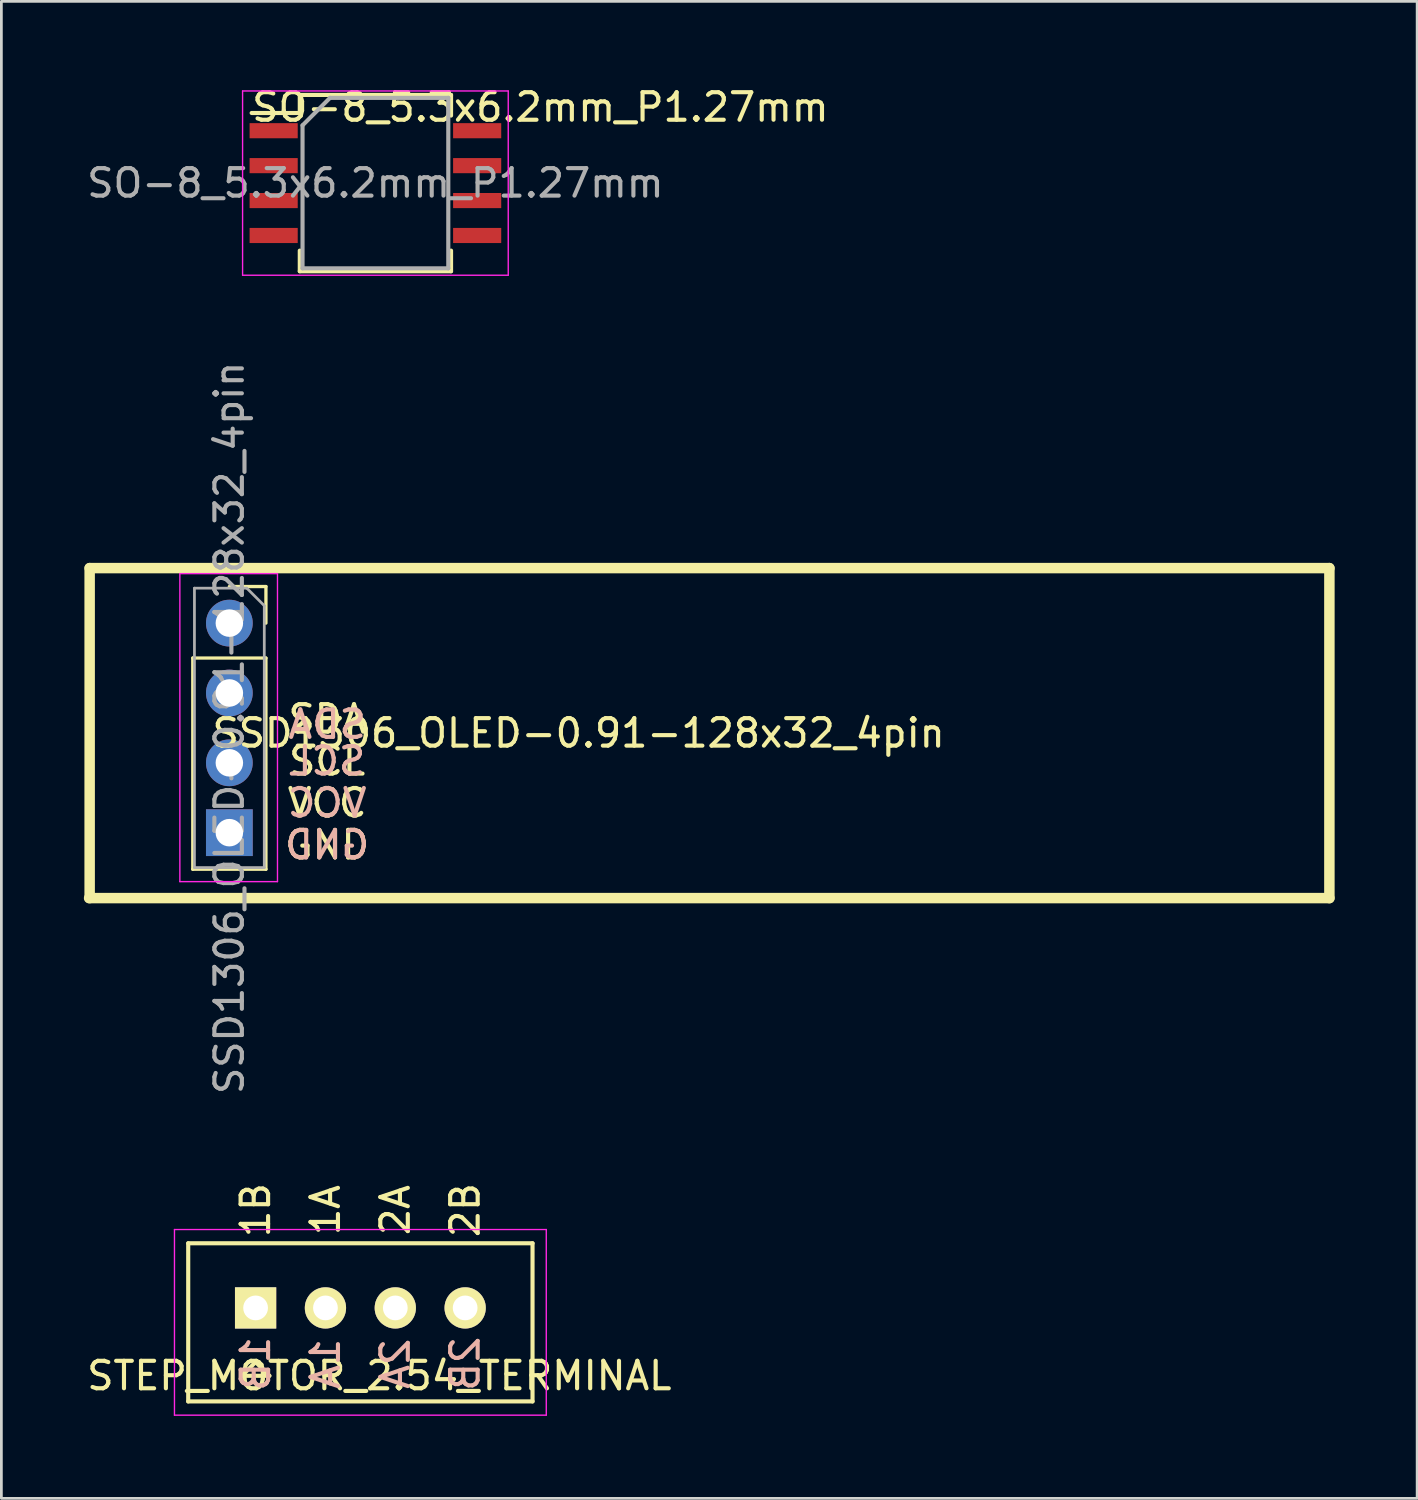
<source format=kicad_pcb>
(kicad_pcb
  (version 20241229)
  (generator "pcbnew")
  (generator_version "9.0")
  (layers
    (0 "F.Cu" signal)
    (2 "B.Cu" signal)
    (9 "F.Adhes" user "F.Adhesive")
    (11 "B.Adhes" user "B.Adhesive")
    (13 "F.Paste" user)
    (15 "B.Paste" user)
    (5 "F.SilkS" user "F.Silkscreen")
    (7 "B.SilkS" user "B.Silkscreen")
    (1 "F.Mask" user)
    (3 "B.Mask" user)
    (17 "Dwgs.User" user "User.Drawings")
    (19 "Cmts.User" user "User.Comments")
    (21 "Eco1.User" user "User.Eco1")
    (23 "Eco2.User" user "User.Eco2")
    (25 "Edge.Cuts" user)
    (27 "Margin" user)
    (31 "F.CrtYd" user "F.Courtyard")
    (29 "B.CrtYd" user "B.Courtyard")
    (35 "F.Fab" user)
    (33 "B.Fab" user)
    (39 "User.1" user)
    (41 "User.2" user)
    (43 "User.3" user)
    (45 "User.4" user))
  (footprint "STEP_MOTOR_2.54_TERMINAL"
    (layer "F.Cu")
    (at 6.244 44.509)
    (property "Reference" "STEP_MOTOR_2.54_TERMINAL" (at 4.5 2.468 0) (layer "F.SilkS") (effects (font (size 1 1) (thickness 0.15))))
    (attr through_hole)
    (fp_line (start -2.45 -2.35) (end -2.45 3.4) (stroke (width 0.15) (type solid)) (layer "F.SilkS"))
    (fp_line (start -2.45 -2.35) (end 10.07 -2.35) (stroke (width 0.15) (type solid)) (layer "F.SilkS"))
    (fp_line (start -2.45 3.4) (end 10.07 3.4) (stroke (width 0.15) (type solid)) (layer "F.SilkS"))
    (fp_line (start -0.5 2.468) (end 0.5 2.468) (stroke (width 0.15) (type solid)) (layer "F.SilkS"))
    (fp_line (start 0 1.968) (end -0.5 2.468) (stroke (width 0.15) (type solid)) (layer "F.SilkS"))
    (fp_line (start 0 1.968) (end 0.5 2.468) (stroke (width 0.15) (type solid)) (layer "F.SilkS"))
    (fp_line (start 10.07 -2.35) (end 10.07 3.4) (stroke (width 0.15) (type solid)) (layer "F.SilkS"))
    (fp_line (start -2.95 -2.85) (end -2.95 3.9) (stroke (width 0.05) (type solid)) (layer "F.CrtYd"))
    (fp_line (start -2.95 -2.85) (end 10.57 -2.85) (stroke (width 0.05) (type solid)) (layer "F.CrtYd"))
    (fp_line (start -2.95 3.9) (end 10.57 3.9) (stroke (width 0.05) (type solid)) (layer "F.CrtYd"))
    (fp_line (start 10.57 -2.85) (end 10.57 3.9) (stroke (width 0.05) (type solid)) (layer "F.CrtYd"))
    (fp_text user "2B" (at 7.62 -3.556 90) (layer "F.SilkS") (effects (font (size 1 1) (thickness 0.15))))
    (fp_text user "1B" (at 0 -3.556 90) (layer "F.SilkS") (effects (font (size 1 1) (thickness 0.15))))
    (fp_text user "2A" (at 5.08 -3.556 90) (layer "F.SilkS") (effects (font (size 1 1) (thickness 0.15))))
    (fp_text user "1A" (at 2.54 -3.556 90) (layer "F.SilkS") (effects (font (size 1 1) (thickness 0.15))))
    (fp_text user "1B" (at 0 2.032 270) (layer "B.SilkS") (effects (font (size 1 1) (thickness 0.15)) (justify mirror)))
    (fp_text user "1A" (at 2.54 2.032 270) (layer "B.SilkS") (effects (font (size 1 1) (thickness 0.15)) (justify mirror)))
    (fp_text user "2A" (at 5.08 2.032 270) (layer "B.SilkS") (effects (font (size 1 1) (thickness 0.15)) (justify mirror)))
    (fp_text user "2B" (at 7.62 2.032 270) (layer "B.SilkS") (effects (font (size 1 1) (thickness 0.15)) (justify mirror)))
    (pad "1" thru_hole rect (at 0 0) (size 1.5 1.5) (drill 0.9) (layers "*.Cu" "*.Mask" "F.SilkS"))
    (pad "2" thru_hole circle (at 2.54 0) (size 1.5 1.5) (drill 0.9) (layers "*.Cu" "*.Mask" "F.SilkS"))
    (pad "3" thru_hole circle (at 5.08 0) (size 1.5 1.5) (drill 0.9) (layers "*.Cu" "*.Mask" "F.SilkS"))
    (pad "4" thru_hole circle (at 7.62 0) (size 1.5 1.5) (drill 0.9) (layers "*.Cu" "*.Mask" "F.SilkS")))
  (footprint "SSD1306_OLED-0.91-128x32_4pin"
    (layer "F.Cu")
    (at 5.29 23.608)
    (property "Reference" "SSD1306_OLED-0.91-128x32_4pin" (at 12.7 0 0) (layer "F.SilkS") (effects (font (size 1 1) (thickness 0.15))))
    (attr through_hole)
    (fp_line (start -5.1 6) (end 40 6) (stroke (width 0.381) (type solid)) (layer "F.SilkS"))
    (fp_line (start -5.08 -6) (end 40 -6) (stroke (width 0.381) (type solid)) (layer "F.SilkS"))
    (fp_line (start -5.08 6) (end -5.08 -6) (stroke (width 0.381) (type solid)) (layer "F.SilkS"))
    (fp_line (start -1.33 -2.73) (end -1.33 4.95) (stroke (width 0.12) (type solid)) (layer "F.SilkS"))
    (fp_line (start -1.33 -2.73) (end 1.33 -2.73) (stroke (width 0.12) (type solid)) (layer "F.SilkS"))
    (fp_line (start -1.33 4.95) (end 1.33 4.95) (stroke (width 0.12) (type solid)) (layer "F.SilkS"))
    (fp_line (start 0 -5.33) (end 1.33 -5.33) (stroke (width 0.12) (type solid)) (layer "F.SilkS"))
    (fp_line (start 1.33 -5.33) (end 1.33 -4) (stroke (width 0.12) (type solid)) (layer "F.SilkS"))
    (fp_line (start 1.33 -2.73) (end 1.33 4.95) (stroke (width 0.12) (type solid)) (layer "F.SilkS"))
    (fp_line (start 40 -6) (end 40 6) (stroke (width 0.381) (type solid)) (layer "F.SilkS"))
    (fp_line (start -1.8 -5.8) (end 1.75 -5.8) (stroke (width 0.05) (type solid)) (layer "F.CrtYd"))
    (fp_line (start -1.8 5.4) (end -1.8 -5.8) (stroke (width 0.05) (type solid)) (layer "F.CrtYd"))
    (fp_line (start 1.75 -5.8) (end 1.75 5.4) (stroke (width 0.05) (type solid)) (layer "F.CrtYd"))
    (fp_line (start 1.75 5.4) (end -1.8 5.4) (stroke (width 0.05) (type solid)) (layer "F.CrtYd"))
    (fp_line (start -1.27 -5.27) (end 0.635 -5.27) (stroke (width 0.1) (type solid)) (layer "F.Fab"))
    (fp_line (start -1.27 4.89) (end -1.27 -5.27) (stroke (width 0.1) (type solid)) (layer "F.Fab"))
    (fp_line (start 0.635 -5.27) (end 1.27 -4.635) (stroke (width 0.1) (type solid)) (layer "F.Fab"))
    (fp_line (start 1.27 -4.635) (end 1.27 4.89) (stroke (width 0.1) (type solid)) (layer "F.Fab"))
    (fp_line (start 1.27 4.89) (end -1.27 4.89) (stroke (width 0.1) (type solid)) (layer "F.Fab"))
    (fp_text user "GND" (at 3.556 4.064 0) (layer "F.SilkS") (effects (font (size 1 1) (thickness 0.15))))
    (fp_text user "VCC" (at 3.556 2.54 0) (layer "F.SilkS") (effects (font (size 1 1) (thickness 0.15))))
    (fp_text user "SCL" (at 3.556 1.016 0) (layer "F.SilkS") (effects (font (size 1 1) (thickness 0.15))))
    (fp_text user "SDA" (at 3.556 -0.508 0) (layer "F.SilkS") (effects (font (size 1 1) (thickness 0.15))))
    (fp_text user "SDA" (at 3.556 -0.318 0) (layer "B.SilkS") (effects (font (size 1 1) (thickness 0.15)) (justify mirror)))
    (fp_text user "VCC" (at 3.556 2.54 0) (layer "B.SilkS") (effects (font (size 1 1) (thickness 0.15)) (justify mirror)))
    (fp_text user "GND" (at 3.556 4.064 0) (layer "B.SilkS") (effects (font (size 1 1) (thickness 0.15)) (justify mirror)))
    (fp_text user "SCL" (at 3.556 1.016 0) (layer "B.SilkS") (effects (font (size 1 1) (thickness 0.15)) (justify mirror)))
    (fp_text user "${REFERENCE}" (at 0 -0.19 90) (layer "F.Fab") (effects (font (size 1 1) (thickness 0.15))))
    (pad "GND" thru_hole rect (at 0 3.62) (size 1.7 1.7) (drill 1) (layers "*.Cu" "*.Mask"))
    (pad "SCL" thru_hole oval (at 0 -1.46) (size 1.7 1.7) (drill 1) (layers "*.Cu" "*.Mask"))
    (pad "SDA" thru_hole circle (at 0 -4) (size 1.7 1.7) (drill 1) (layers "*.Cu" "*.Mask"))
    (pad "VCC" thru_hole oval (at 0 1.08) (size 1.7 1.7) (drill 1) (layers "*.Cu" "*.Mask")))
  (footprint "SO-8_5.3x6.2mm_P1.27mm"
    (layer "F.Cu")
    (at 10.601 3.608)
    (property "Reference" "SO-8_5.3x6.2mm_P1.27mm" (at 6 -2.76 0) (layer "F.SilkS") (effects (font (size 1 1) (thickness 0.15))))
    (attr smd)
    (fp_line (start -2.75 -3.205) (end -2.75 -2.55) (stroke (width 0.15) (type solid)) (layer "F.SilkS"))
    (fp_line (start -2.75 -3.205) (end 2.75 -3.205) (stroke (width 0.15) (type solid)) (layer "F.SilkS"))
    (fp_line (start -2.75 -2.55) (end -4.5 -2.55) (stroke (width 0.15) (type solid)) (layer "F.SilkS"))
    (fp_line (start -2.75 3.205) (end -2.75 2.455) (stroke (width 0.15) (type solid)) (layer "F.SilkS"))
    (fp_line (start -2.75 3.205) (end 2.75 3.205) (stroke (width 0.15) (type solid)) (layer "F.SilkS"))
    (fp_line (start 2.75 -3.205) (end 2.75 -2.455) (stroke (width 0.15) (type solid)) (layer "F.SilkS"))
    (fp_line (start 2.75 3.205) (end 2.75 2.455) (stroke (width 0.15) (type solid)) (layer "F.SilkS"))
    (fp_line (start -4.83 -3.35) (end -4.83 3.35) (stroke (width 0.05) (type solid)) (layer "F.CrtYd"))
    (fp_line (start -4.83 -3.35) (end 4.83 -3.35) (stroke (width 0.05) (type solid)) (layer "F.CrtYd"))
    (fp_line (start -4.83 3.35) (end 4.83 3.35) (stroke (width 0.05) (type solid)) (layer "F.CrtYd"))
    (fp_line (start 4.83 -3.35) (end 4.83 3.35) (stroke (width 0.05) (type solid)) (layer "F.CrtYd"))
    (fp_line (start -2.65 -2.1) (end -1.65 -3.1) (stroke (width 0.15) (type solid)) (layer "F.Fab"))
    (fp_line (start -2.65 3.1) (end -2.65 -2.1) (stroke (width 0.15) (type solid)) (layer "F.Fab"))
    (fp_line (start -1.65 -3.1) (end 2.65 -3.1) (stroke (width 0.15) (type solid)) (layer "F.Fab"))
    (fp_line (start 2.65 -3.1) (end 2.65 3.1) (stroke (width 0.15) (type solid)) (layer "F.Fab"))
    (fp_line (start 2.65 3.1) (end -2.65 3.1) (stroke (width 0.15) (type solid)) (layer "F.Fab"))
    (fp_text user "${REFERENCE}" (at 0 0 0) (layer "F.Fab") (effects (font (size 1 1) (thickness 0.15))))
    (pad "1" smd rect (at -3.7 -1.905) (size 1.75 0.55) (layers "F.Cu" "F.Mask" "F.Paste"))
    (pad "2" smd rect (at -3.7 -0.635) (size 1.75 0.55) (layers "F.Cu" "F.Mask" "F.Paste"))
    (pad "3" smd rect (at -3.7 0.635) (size 1.75 0.55) (layers "F.Cu" "F.Mask" "F.Paste"))
    (pad "4" smd rect (at -3.7 1.905) (size 1.75 0.55) (layers "F.Cu" "F.Mask" "F.Paste"))
    (pad "5" smd rect (at 3.7 1.905) (size 1.75 0.55) (layers "F.Cu" "F.Mask" "F.Paste"))
    (pad "6" smd rect (at 3.7 0.635) (size 1.75 0.55) (layers "F.Cu" "F.Mask" "F.Paste"))
    (pad "7" smd rect (at 3.7 -0.635) (size 1.75 0.55) (layers "F.Cu" "F.Mask" "F.Paste"))
    (pad "8" smd rect (at 3.7 -1.905) (size 1.75 0.55) (layers "F.Cu" "F.Mask" "F.Paste")))
  (gr_rect
    (start -3 -3)
    (end 48.481 51.434)
    (stroke (width 0.1) (type default))
    (fill no)
    (layer "Edge.Cuts")))
</source>
